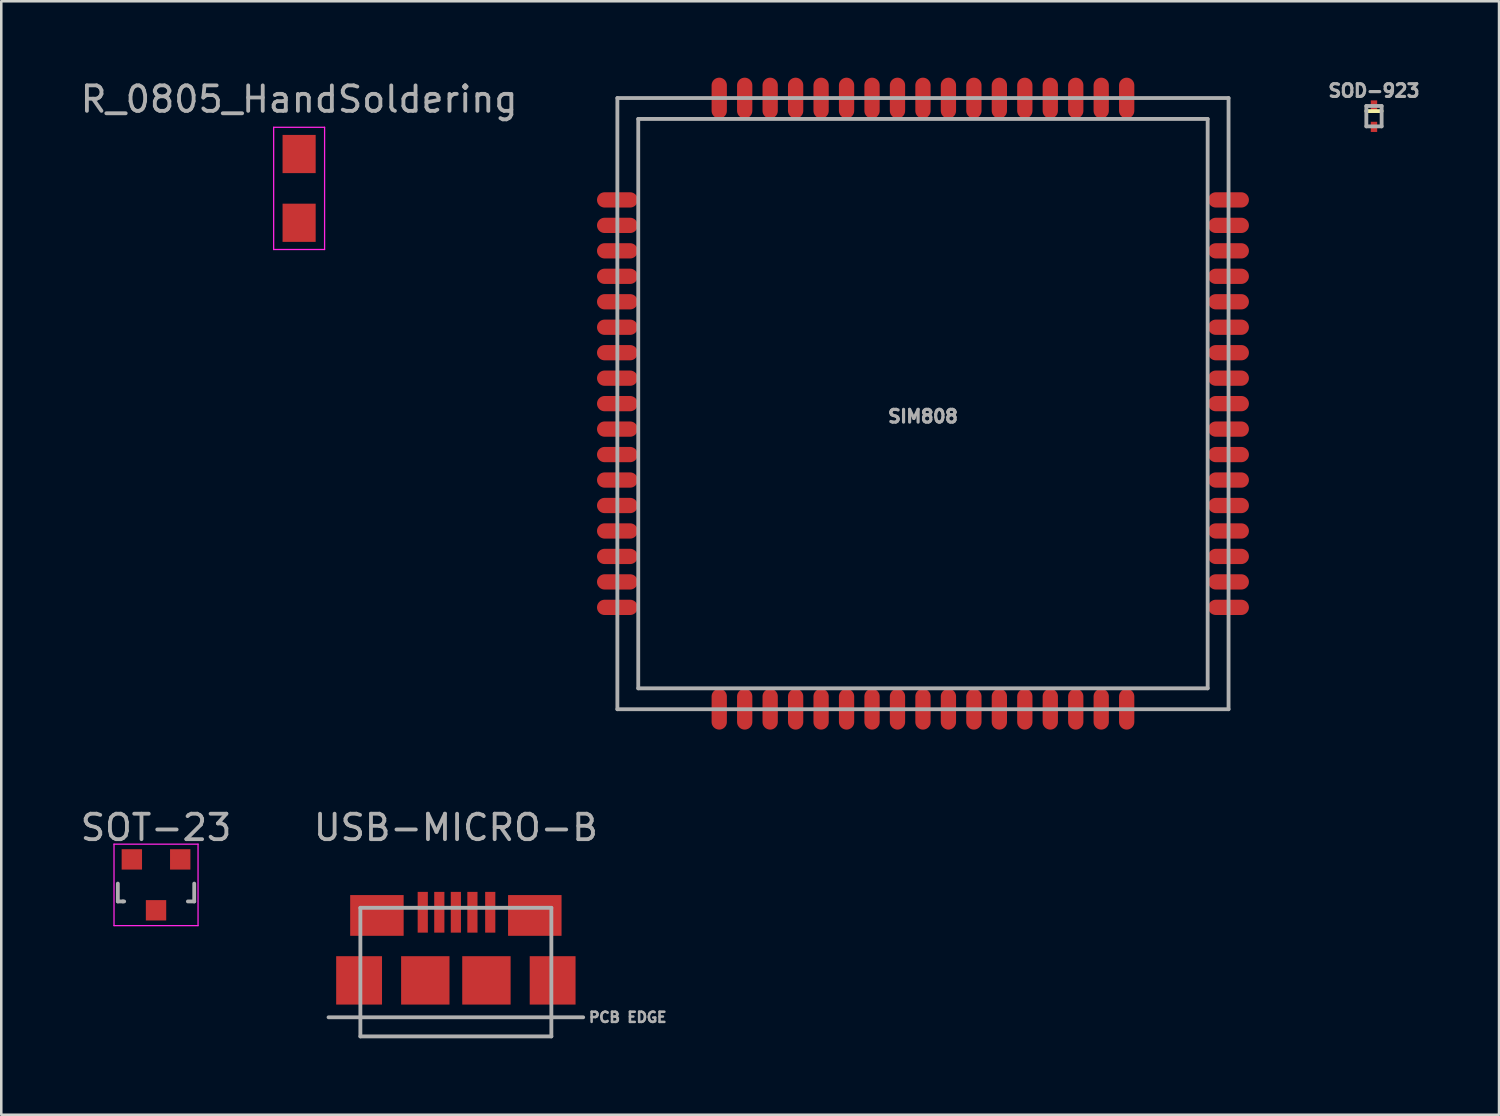
<source format=kicad_pcb>
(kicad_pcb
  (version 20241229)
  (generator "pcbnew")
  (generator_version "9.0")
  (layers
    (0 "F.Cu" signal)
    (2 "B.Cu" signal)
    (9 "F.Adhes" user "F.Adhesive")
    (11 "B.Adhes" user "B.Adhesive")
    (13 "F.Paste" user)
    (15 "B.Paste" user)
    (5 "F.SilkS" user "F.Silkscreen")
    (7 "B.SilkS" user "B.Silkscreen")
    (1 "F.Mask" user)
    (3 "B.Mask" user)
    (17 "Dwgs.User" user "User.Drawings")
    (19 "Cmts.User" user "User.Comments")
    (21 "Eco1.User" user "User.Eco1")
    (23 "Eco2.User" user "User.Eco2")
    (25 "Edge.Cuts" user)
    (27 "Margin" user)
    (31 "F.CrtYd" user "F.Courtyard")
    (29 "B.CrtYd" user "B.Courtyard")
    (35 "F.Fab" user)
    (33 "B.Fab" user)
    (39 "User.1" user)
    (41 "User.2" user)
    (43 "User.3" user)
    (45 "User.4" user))
  (footprint "SOT-23"
    (layer "F.Cu")
    (at 3.077 31.698)
    (property "Reference" "SOT-23" (at 0 -2.25 0) (layer "F.Fab") (effects (font (size 1 1) (thickness 0.15))))
    (attr smd)
    (fp_line (start -1.65 -1.6) (end 1.65 -1.6) (stroke (width 0.05) (type solid)) (layer "F.CrtYd"))
    (fp_line (start -1.65 1.6) (end -1.65 -1.6) (stroke (width 0.05) (type solid)) (layer "F.CrtYd"))
    (fp_line (start 1.65 -1.6) (end 1.65 1.6) (stroke (width 0.05) (type solid)) (layer "F.CrtYd"))
    (fp_line (start 1.65 1.6) (end -1.65 1.6) (stroke (width 0.05) (type solid)) (layer "F.CrtYd"))
    (fp_line (start -1.5 0.65) (end -1.5 -0.051) (stroke (width 0.15) (type solid)) (layer "F.Fab"))
    (fp_line (start -1.299 0.65) (end -1.5 0.65) (stroke (width 0.15) (type solid)) (layer "F.Fab"))
    (fp_line (start -1.299 0.65) (end -1.251 0.65) (stroke (width 0.15) (type solid)) (layer "F.Fab"))
    (fp_line (start 1.5 -0.051) (end 1.5 0.65) (stroke (width 0.15) (type solid)) (layer "F.Fab"))
    (fp_line (start 1.5 0.65) (end 1.251 0.65) (stroke (width 0.15) (type solid)) (layer "F.Fab"))
    (pad "1" smd rect (at 0.95 -1.001 180) (size 0.8 0.8) (layers "F.Cu" "F.Mask" "F.Paste"))
    (pad "2" smd rect (at -0.95 -1.001 180) (size 0.8 0.8) (layers "F.Cu" "F.Mask" "F.Paste"))
    (pad "3" smd rect (at 0 0.998 180) (size 0.8 0.8) (layers "F.Cu" "F.Mask" "F.Paste")))
  (footprint "USB-MICRO-B"
    (layer "F.Cu")
    (at 14.851 35.448)
    (property "Reference" "USB-MICRO-B" (at 0 -6 0) (layer "F.Fab") (effects (font (size 1 1) (thickness 0.15))))
    (attr through_hole)
    (fp_line (start -5 1.45) (end 5 1.45) (stroke (width 0.15) (type solid)) (layer "F.Fab"))
    (fp_line (start -3.75 -2.85) (end -3.75 2.2) (stroke (width 0.15) (type solid)) (layer "F.Fab"))
    (fp_line (start -3.75 -2.85) (end 3.75 -2.85) (stroke (width 0.15) (type solid)) (layer "F.Fab"))
    (fp_line (start -3.75 2.2) (end 3.75 2.2) (stroke (width 0.15) (type solid)) (layer "F.Fab"))
    (fp_line (start 3.75 -2.85) (end 3.75 2.2) (stroke (width 0.15) (type solid)) (layer "F.Fab"))
    (fp_text user "PCB EDGE" (at 6.75 1.45 0) (layer "F.Fab") (effects (font (size 0.4 0.4) (thickness 0.1))))
    (pad "1" smd rect (at -1.3 -2.675) (size 0.4 1.6) (layers "F.Cu" "F.Mask" "F.Paste"))
    (pad "2" smd rect (at -0.65 -2.675) (size 0.4 1.6) (layers "F.Cu" "F.Mask" "F.Paste"))
    (pad "3" smd rect (at 0 -2.675) (size 0.4 1.6) (layers "F.Cu" "F.Mask" "F.Paste"))
    (pad "4" smd rect (at 0.65 -2.675) (size 0.4 1.6) (layers "F.Cu" "F.Mask" "F.Paste"))
    (pad "5" smd rect (at 1.35 -2.675) (size 0.4 1.6) (layers "F.Cu" "F.Mask" "F.Paste"))
    (pad "S" smd rect (at -3.8 0) (size 1.8 1.9) (layers "F.Cu" "F.Mask" "F.Paste"))
    (pad "S" smd rect (at -3.1 -2.55) (size 2.1 1.6) (layers "F.Cu" "F.Mask" "F.Paste"))
    (pad "S" smd rect (at -1.2 0) (size 1.9 1.9) (layers "F.Cu" "F.Mask" "F.Paste"))
    (pad "S" smd rect (at 1.2 0) (size 1.9 1.9) (layers "F.Cu" "F.Mask" "F.Paste"))
    (pad "S" smd rect (at 3.1 -2.55) (size 2.1 1.6) (layers "F.Cu" "F.Mask" "F.Paste"))
    (pad "S" smd rect (at 3.8 0) (size 1.8 1.9) (layers "F.Cu" "F.Mask" "F.Paste")))
  (footprint "SIM808"
    (layer "F.Cu")
    (at 33.193 12.8)
    (property "Reference" "SIM808" (at 0 0.5 0) (layer "F.Fab") (effects (font (size 0.5 0.5) (thickness 0.125))))
    (attr through_hole)
    (fp_line (start -12 -12) (end -12 12) (stroke (width 0.15) (type solid)) (layer "F.Fab"))
    (fp_line (start -12 -12) (end 12 -12) (stroke (width 0.15) (type solid)) (layer "F.Fab"))
    (fp_line (start -12 12) (end 12 12) (stroke (width 0.15) (type solid)) (layer "F.Fab"))
    (fp_line (start -11.18 -11.18) (end -11.18 11.18) (stroke (width 0.15) (type solid)) (layer "F.Fab"))
    (fp_line (start -11.18 -11.18) (end 11.18 -11.18) (stroke (width 0.15) (type solid)) (layer "F.Fab"))
    (fp_line (start -11.18 11.18) (end 11.18 11.18) (stroke (width 0.15) (type solid)) (layer "F.Fab"))
    (fp_line (start 11.18 11.18) (end 11.18 -11.18) (stroke (width 0.15) (type solid)) (layer "F.Fab"))
    (fp_line (start 12 -12) (end 12 12) (stroke (width 0.15) (type solid)) (layer "F.Fab"))
    (pad "1" smd oval (at -12 -8) (size 1.6 0.6) (layers "F.Cu" "F.Mask" "F.Paste"))
    (pad "2" smd oval (at -12 -7) (size 1.6 0.6) (layers "F.Cu" "F.Mask" "F.Paste"))
    (pad "3" smd oval (at -12 -6) (size 1.6 0.6) (layers "F.Cu" "F.Mask" "F.Paste"))
    (pad "4" smd oval (at -12 -5) (size 1.6 0.6) (layers "F.Cu" "F.Mask" "F.Paste"))
    (pad "5" smd oval (at -12 -4) (size 1.6 0.6) (layers "F.Cu" "F.Mask" "F.Paste"))
    (pad "6" smd oval (at -12 -3) (size 1.6 0.6) (layers "F.Cu" "F.Mask" "F.Paste"))
    (pad "7" smd oval (at -12 -2) (size 1.6 0.6) (layers "F.Cu" "F.Mask" "F.Paste"))
    (pad "8" smd oval (at -12 -1) (size 1.6 0.6) (layers "F.Cu" "F.Mask" "F.Paste"))
    (pad "9" smd oval (at -12 0) (size 1.6 0.6) (layers "F.Cu" "F.Mask" "F.Paste"))
    (pad "10" smd oval (at -12 1) (size 1.6 0.6) (layers "F.Cu" "F.Mask" "F.Paste"))
    (pad "11" smd oval (at -12 2) (size 1.6 0.6) (layers "F.Cu" "F.Mask" "F.Paste"))
    (pad "12" smd oval (at -12 3) (size 1.6 0.6) (layers "F.Cu" "F.Mask" "F.Paste"))
    (pad "13" smd oval (at -12 4) (size 1.6 0.6) (layers "F.Cu" "F.Mask" "F.Paste"))
    (pad "14" smd oval (at -12 5) (size 1.6 0.6) (layers "F.Cu" "F.Mask" "F.Paste"))
    (pad "15" smd oval (at -12 6) (size 1.6 0.6) (layers "F.Cu" "F.Mask" "F.Paste"))
    (pad "16" smd oval (at -12 7) (size 1.6 0.6) (layers "F.Cu" "F.Mask" "F.Paste"))
    (pad "17" smd oval (at -12 8) (size 1.6 0.6) (layers "F.Cu" "F.Mask" "F.Paste"))
    (pad "18" smd oval (at -8 12) (size 0.6 1.6) (layers "F.Cu" "F.Mask" "F.Paste"))
    (pad "19" smd oval (at -7 12) (size 0.6 1.6) (layers "F.Cu" "F.Mask" "F.Paste"))
    (pad "20" smd oval (at -6 12) (size 0.6 1.6) (layers "F.Cu" "F.Mask" "F.Paste"))
    (pad "21" smd oval (at -5 12) (size 0.6 1.6) (layers "F.Cu" "F.Mask" "F.Paste"))
    (pad "22" smd oval (at -4 12) (size 0.6 1.6) (layers "F.Cu" "F.Mask" "F.Paste"))
    (pad "23" smd oval (at -3 12) (size 0.6 1.6) (layers "F.Cu" "F.Mask" "F.Paste"))
    (pad "24" smd oval (at -2 12) (size 0.6 1.6) (layers "F.Cu" "F.Mask" "F.Paste"))
    (pad "25" smd oval (at -1 12) (size 0.6 1.6) (layers "F.Cu" "F.Mask" "F.Paste"))
    (pad "26" smd oval (at 0 12) (size 0.6 1.6) (layers "F.Cu" "F.Mask" "F.Paste"))
    (pad "27" smd oval (at 1 12) (size 0.6 1.6) (layers "F.Cu" "F.Mask" "F.Paste"))
    (pad "28" smd oval (at 2 12) (size 0.6 1.6) (layers "F.Cu" "F.Mask" "F.Paste"))
    (pad "29" smd oval (at 3 12) (size 0.6 1.6) (layers "F.Cu" "F.Mask" "F.Paste"))
    (pad "30" smd oval (at 4 12) (size 0.6 1.6) (layers "F.Cu" "F.Mask" "F.Paste"))
    (pad "31" smd oval (at 5 12) (size 0.6 1.6) (layers "F.Cu" "F.Mask" "F.Paste"))
    (pad "32" smd oval (at 6 12) (size 0.6 1.6) (layers "F.Cu" "F.Mask" "F.Paste"))
    (pad "33" smd oval (at 7 12) (size 0.6 1.6) (layers "F.Cu" "F.Mask" "F.Paste"))
    (pad "34" smd oval (at 8 12) (size 0.6 1.6) (layers "F.Cu" "F.Mask" "F.Paste"))
    (pad "35" smd oval (at 12 8) (size 1.6 0.6) (layers "F.Cu" "F.Mask" "F.Paste"))
    (pad "36" smd oval (at 12 7) (size 1.6 0.6) (layers "F.Cu" "F.Mask" "F.Paste"))
    (pad "37" smd oval (at 12 6) (size 1.6 0.6) (layers "F.Cu" "F.Mask" "F.Paste"))
    (pad "38" smd oval (at 12 5) (size 1.6 0.6) (layers "F.Cu" "F.Mask" "F.Paste"))
    (pad "39" smd oval (at 12 4) (size 1.6 0.6) (layers "F.Cu" "F.Mask" "F.Paste"))
    (pad "40" smd oval (at 12 3) (size 1.6 0.6) (layers "F.Cu" "F.Mask" "F.Paste"))
    (pad "41" smd oval (at 12 2) (size 1.6 0.6) (layers "F.Cu" "F.Mask" "F.Paste"))
    (pad "42" smd oval (at 12 1) (size 1.6 0.6) (layers "F.Cu" "F.Mask" "F.Paste"))
    (pad "43" smd oval (at 12 0) (size 1.6 0.6) (layers "F.Cu" "F.Mask" "F.Paste"))
    (pad "44" smd oval (at 12 -1) (size 1.6 0.6) (layers "F.Cu" "F.Mask" "F.Paste"))
    (pad "45" smd oval (at 12 -2) (size 1.6 0.6) (layers "F.Cu" "F.Mask" "F.Paste"))
    (pad "46" smd oval (at 12 -3) (size 1.6 0.6) (layers "F.Cu" "F.Mask" "F.Paste"))
    (pad "47" smd oval (at 12 -4) (size 1.6 0.6) (layers "F.Cu" "F.Mask" "F.Paste"))
    (pad "48" smd oval (at 12 -5) (size 1.6 0.6) (layers "F.Cu" "F.Mask" "F.Paste"))
    (pad "49" smd oval (at 12 -6) (size 1.6 0.6) (layers "F.Cu" "F.Mask" "F.Paste"))
    (pad "50" smd oval (at 12 -7) (size 1.6 0.6) (layers "F.Cu" "F.Mask" "F.Paste"))
    (pad "51" smd oval (at 12 -8) (size 1.6 0.6) (layers "F.Cu" "F.Mask" "F.Paste"))
    (pad "52" smd oval (at 8 -12) (size 0.6 1.6) (layers "F.Cu" "F.Mask" "F.Paste"))
    (pad "53" smd oval (at 7 -12) (size 0.6 1.6) (layers "F.Cu" "F.Mask" "F.Paste"))
    (pad "54" smd oval (at 6 -12) (size 0.6 1.6) (layers "F.Cu" "F.Mask" "F.Paste"))
    (pad "55" smd oval (at 5 -12) (size 0.6 1.6) (layers "F.Cu" "F.Mask" "F.Paste"))
    (pad "56" smd oval (at 4 -12) (size 0.6 1.6) (layers "F.Cu" "F.Mask" "F.Paste"))
    (pad "57" smd oval (at 3 -12) (size 0.6 1.6) (layers "F.Cu" "F.Mask" "F.Paste"))
    (pad "58" smd oval (at 2 -12) (size 0.6 1.6) (layers "F.Cu" "F.Mask" "F.Paste"))
    (pad "59" smd oval (at 1 -12) (size 0.6 1.6) (layers "F.Cu" "F.Mask" "F.Paste"))
    (pad "60" smd oval (at 0 -12) (size 0.6 1.6) (layers "F.Cu" "F.Mask" "F.Paste"))
    (pad "61" smd oval (at -1 -12) (size 0.6 1.6) (layers "F.Cu" "F.Mask" "F.Paste"))
    (pad "62" smd oval (at -2 -12) (size 0.6 1.6) (layers "F.Cu" "F.Mask" "F.Paste"))
    (pad "63" smd oval (at -3 -12) (size 0.6 1.6) (layers "F.Cu" "F.Mask" "F.Paste"))
    (pad "64" smd oval (at -4 -12) (size 0.6 1.6) (layers "F.Cu" "F.Mask" "F.Paste"))
    (pad "65" smd oval (at -5 -12) (size 0.6 1.6) (layers "F.Cu" "F.Mask" "F.Paste"))
    (pad "66" smd oval (at -6 -12) (size 0.6 1.6) (layers "F.Cu" "F.Mask" "F.Paste"))
    (pad "67" smd oval (at -7 -12) (size 0.6 1.6) (layers "F.Cu" "F.Mask" "F.Paste"))
    (pad "68" smd oval (at -8 -12) (size 0.6 1.6) (layers "F.Cu" "F.Mask" "F.Paste")))
  (footprint "SOD-923"
    (layer "F.Cu")
    (at 50.904 1.512)
    (property "Reference" "SOD-923" (at 0 -1 0) (layer "F.Fab") (effects (font (size 0.5 0.5) (thickness 0.125))))
    (attr through_hole)
    (fp_line (start -0.3 -0.2) (end 0.3 -0.2) (stroke (width 0.15) (type solid)) (layer "F.SilkS"))
    (fp_line (start -0.3 -0.4) (end -0.3 0.4) (stroke (width 0.15) (type solid)) (layer "F.Fab"))
    (fp_line (start -0.3 -0.4) (end 0.3 -0.4) (stroke (width 0.15) (type solid)) (layer "F.Fab"))
    (fp_line (start -0.3 0.4) (end 0.3 0.4) (stroke (width 0.15) (type solid)) (layer "F.Fab"))
    (fp_line (start 0.3 -0.4) (end 0.3 0.4) (stroke (width 0.15) (type solid)) (layer "F.Fab"))
    (pad "1" smd rect (at 0 -0.42) (size 0.25 0.4) (layers "F.Cu" "F.Mask" "F.Paste"))
    (pad "2" smd rect (at 0 0.42) (size 0.25 0.4) (layers "F.Cu" "F.Mask" "F.Paste")))
  (footprint "R_0805_HandSoldering"
    (layer "F.Cu")
    (at 8.696 4.348)
    (property "Reference" "R_0805_HandSoldering" (at 0 -3.5 0) (layer "F.Fab") (effects (font (size 1 1) (thickness 0.15))))
    (attr smd)
    (fp_line (start -1 -2.4) (end -1 2.4) (stroke (width 0.05) (type solid)) (layer "F.CrtYd"))
    (fp_line (start -1 -2.4) (end 1 -2.4) (stroke (width 0.05) (type solid)) (layer "F.CrtYd"))
    (fp_line (start -1 2.4) (end 1 2.4) (stroke (width 0.05) (type solid)) (layer "F.CrtYd"))
    (fp_line (start 1 -2.4) (end 1 2.4) (stroke (width 0.05) (type solid)) (layer "F.CrtYd"))
    (pad "1" smd rect (at 0 -1.35) (size 1.3 1.5) (layers "F.Cu" "F.Mask" "F.Paste"))
    (pad "2" smd rect (at 0 1.35) (size 1.3 1.5) (layers "F.Cu" "F.Mask" "F.Paste")))
  (gr_rect
    (start -3 -3)
    (end 55.815 40.723)
    (stroke (width 0.1) (type default))
    (fill no)
    (layer "Edge.Cuts")))
</source>
